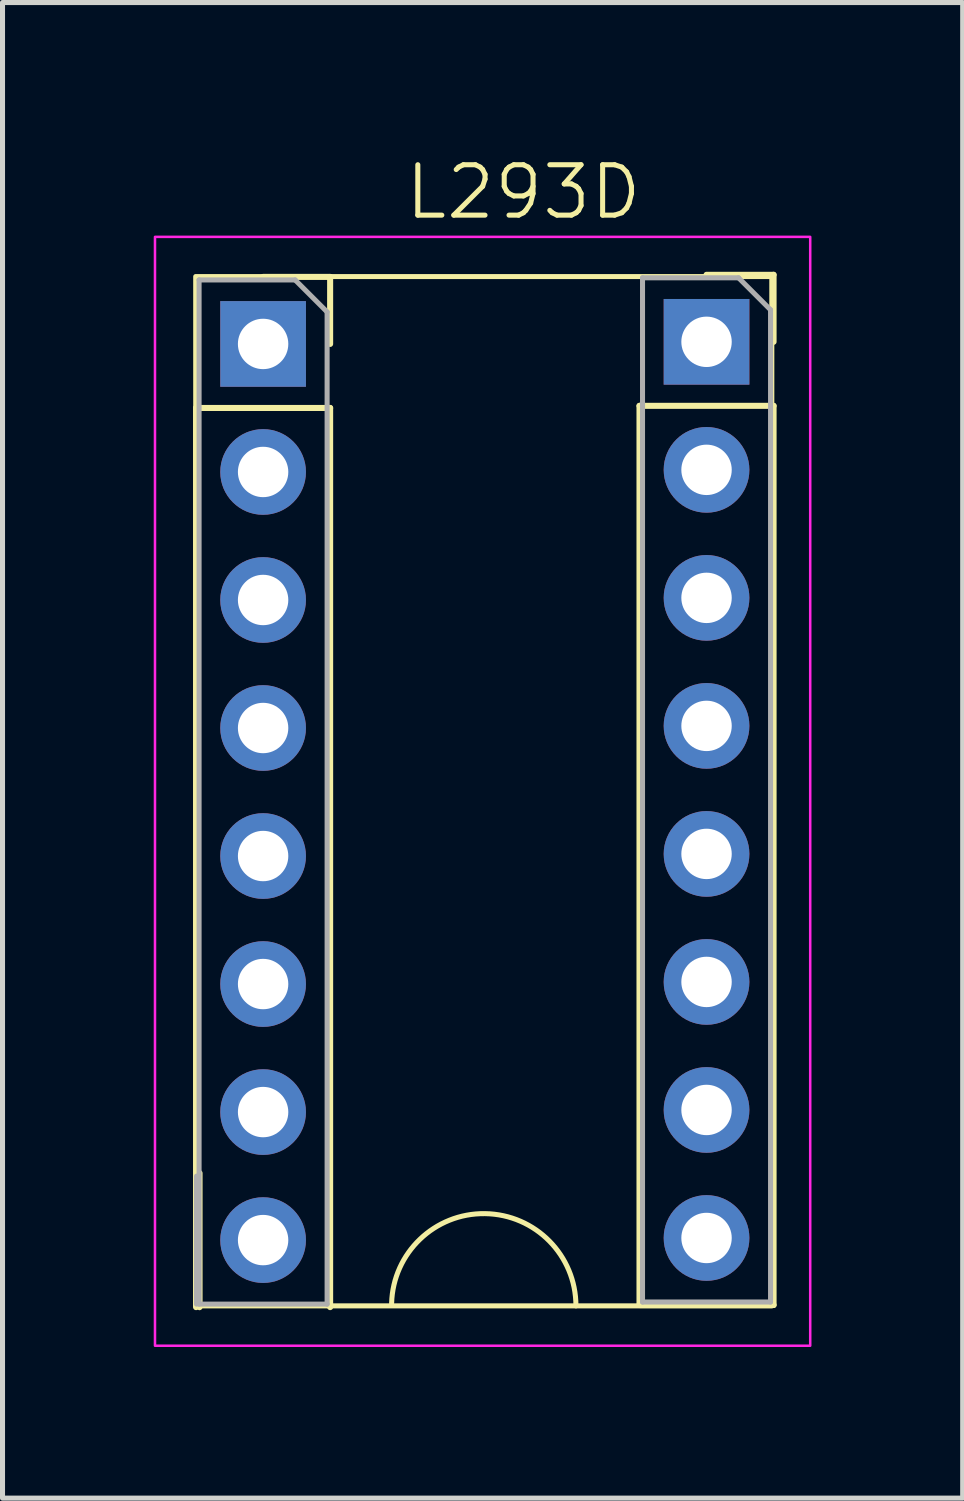
<source format=kicad_pcb>
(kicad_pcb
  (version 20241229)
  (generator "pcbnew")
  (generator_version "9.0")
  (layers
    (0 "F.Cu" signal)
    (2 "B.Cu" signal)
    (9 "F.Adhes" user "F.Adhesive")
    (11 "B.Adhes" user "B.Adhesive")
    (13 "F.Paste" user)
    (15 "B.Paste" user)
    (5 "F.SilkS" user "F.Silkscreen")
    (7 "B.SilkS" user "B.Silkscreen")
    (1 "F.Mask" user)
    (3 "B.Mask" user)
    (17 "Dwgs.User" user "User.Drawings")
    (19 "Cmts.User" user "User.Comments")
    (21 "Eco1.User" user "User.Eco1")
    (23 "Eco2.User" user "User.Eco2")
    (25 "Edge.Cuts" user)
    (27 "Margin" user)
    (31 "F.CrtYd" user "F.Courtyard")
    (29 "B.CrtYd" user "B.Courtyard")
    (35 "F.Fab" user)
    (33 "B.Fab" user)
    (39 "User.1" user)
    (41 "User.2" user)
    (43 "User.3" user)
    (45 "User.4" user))
  (footprint "L293D"
    (layer "F.Cu")
    (at 0.833 2.437)
    (property "Reference" "L293D" (at 6.502 -1.676 0) (unlocked yes) (layer "F.SilkS") (effects (font (size 1 1) (thickness 0.1))))
    (attr smd)
    (fp_line (start 0.007 2.607) (end 0.007 20.447) (stroke (width 0.12) (type solid)) (layer "F.SilkS"))
    (fp_line (start 0.007 2.607) (end 2.667 2.607) (stroke (width 0.12) (type solid)) (layer "F.SilkS"))
    (fp_line (start 0.076 20.448) (end 0.076 17.788) (stroke (width 0.12) (type solid)) (layer "F.SilkS"))
    (fp_line (start 1.337 0.007) (end 2.667 0.007) (stroke (width 0.12) (type solid)) (layer "F.SilkS"))
    (fp_line (start 2.667 0.007) (end 2.667 1.337) (stroke (width 0.12) (type solid)) (layer "F.SilkS"))
    (fp_line (start 2.667 2.607) (end 2.667 20.447) (stroke (width 0.12) (type solid)) (layer "F.SilkS"))
    (fp_line (start 8.805 2.565) (end 8.805 20.405) (stroke (width 0.12) (type solid)) (layer "F.SilkS"))
    (fp_line (start 8.805 2.565) (end 11.465 2.565) (stroke (width 0.12) (type solid)) (layer "F.SilkS"))
    (fp_line (start 8.805 20.405) (end 11.465 20.405) (stroke (width 0.12) (type solid)) (layer "F.SilkS"))
    (fp_line (start 10.135 -0.035) (end 11.465 -0.035) (stroke (width 0.12) (type solid)) (layer "F.SilkS"))
    (fp_line (start 11.465 -0.035) (end 11.465 1.295) (stroke (width 0.12) (type solid)) (layer "F.SilkS"))
    (fp_line (start 11.465 2.565) (end 11.465 20.405) (stroke (width 0.12) (type solid)) (layer "F.SilkS"))
    (fp_rect (start 0 0) (end 11.43 20.422) (stroke (width 0.1) (type default)) (fill no) (layer "F.SilkS"))
    (fp_arc (start 3.886926 20.370104) (mid 5.740751 18.592982) (end 7.543799 20.4216) (stroke (width 0.1) (type default)) (layer "F.SilkS"))
    (fp_rect (start -0.808 -0.787) (end 12.192 21.213) (stroke (width 0.05) (type default)) (fill no) (layer "F.CrtYd"))
    (fp_line (start 0.016 17.848) (end 0.016 20.388) (stroke (width 0.1) (type solid)) (layer "F.Fab"))
    (fp_line (start 0.067 0.067) (end 1.972 0.067) (stroke (width 0.1) (type solid)) (layer "F.Fab"))
    (fp_line (start 0.067 20.387) (end 0.067 0.067) (stroke (width 0.1) (type solid)) (layer "F.Fab"))
    (fp_line (start 1.972 0.067) (end 2.607 0.702) (stroke (width 0.1) (type solid)) (layer "F.Fab"))
    (fp_line (start 2.607 0.702) (end 2.607 20.387) (stroke (width 0.1) (type solid)) (layer "F.Fab"))
    (fp_line (start 2.607 20.387) (end 0.067 20.387) (stroke (width 0.1) (type solid)) (layer "F.Fab"))
    (fp_line (start 8.865 0.025) (end 10.77 0.025) (stroke (width 0.1) (type solid)) (layer "F.Fab"))
    (fp_line (start 8.865 20.345) (end 8.865 0.025) (stroke (width 0.1) (type solid)) (layer "F.Fab"))
    (fp_line (start 10.77 0.025) (end 11.405 0.66) (stroke (width 0.1) (type solid)) (layer "F.Fab"))
    (fp_line (start 11.405 0.66) (end 11.405 20.345) (stroke (width 0.1) (type solid)) (layer "F.Fab"))
    (fp_line (start 11.405 20.345) (end 8.865 20.345) (stroke (width 0.1) (type solid)) (layer "F.Fab"))
    (pad "1" thru_hole oval (at 10.135 19.075) (size 1.7 1.7) (drill 1) (layers "*.Cu" "*.Mask"))
    (pad "2" thru_hole oval (at 10.135 16.535) (size 1.7 1.7) (drill 1) (layers "*.Cu" "*.Mask"))
    (pad "3" thru_hole oval (at 10.135 13.995) (size 1.7 1.7) (drill 1) (layers "*.Cu" "*.Mask"))
    (pad "4" thru_hole oval (at 10.135 11.455) (size 1.7 1.7) (drill 1) (layers "*.Cu" "*.Mask"))
    (pad "5" thru_hole oval (at 10.135 8.915) (size 1.7 1.7) (drill 1) (layers "*.Cu" "*.Mask"))
    (pad "6" thru_hole oval (at 10.135 6.375) (size 1.7 1.7) (drill 1) (layers "*.Cu" "*.Mask"))
    (pad "7" thru_hole oval (at 10.135 3.835) (size 1.7 1.7) (drill 1) (layers "*.Cu" "*.Mask"))
    (pad "8" thru_hole rect (at 10.135 1.295) (size 1.7 1.7) (drill 1) (layers "*.Cu" "*.Mask"))
    (pad "9" thru_hole rect (at 1.337 1.337) (size 1.7 1.7) (drill 1) (layers "*.Cu" "*.Mask"))
    (pad "10" thru_hole oval (at 1.337 3.877) (size 1.7 1.7) (drill 1) (layers "*.Cu" "*.Mask"))
    (pad "11" thru_hole oval (at 1.337 6.417) (size 1.7 1.7) (drill 1) (layers "*.Cu" "*.Mask"))
    (pad "12" thru_hole oval (at 1.337 8.957) (size 1.7 1.7) (drill 1) (layers "*.Cu" "*.Mask"))
    (pad "13" thru_hole oval (at 1.337 11.497) (size 1.7 1.7) (drill 1) (layers "*.Cu" "*.Mask"))
    (pad "14" thru_hole oval (at 1.337 14.037) (size 1.7 1.7) (drill 1) (layers "*.Cu" "*.Mask"))
    (pad "15" thru_hole oval (at 1.337 16.577) (size 1.7 1.7) (drill 1) (layers "*.Cu" "*.Mask"))
    (pad "16" thru_hole oval (at 1.337 19.117) (size 1.7 1.7) (drill 1) (layers "*.Cu" "*.Mask")))
  (gr_rect
    (start -3 -3)
    (end 16.05 26.674)
    (stroke (width 0.1) (type default))
    (fill no)
    (layer "Edge.Cuts")))
</source>
